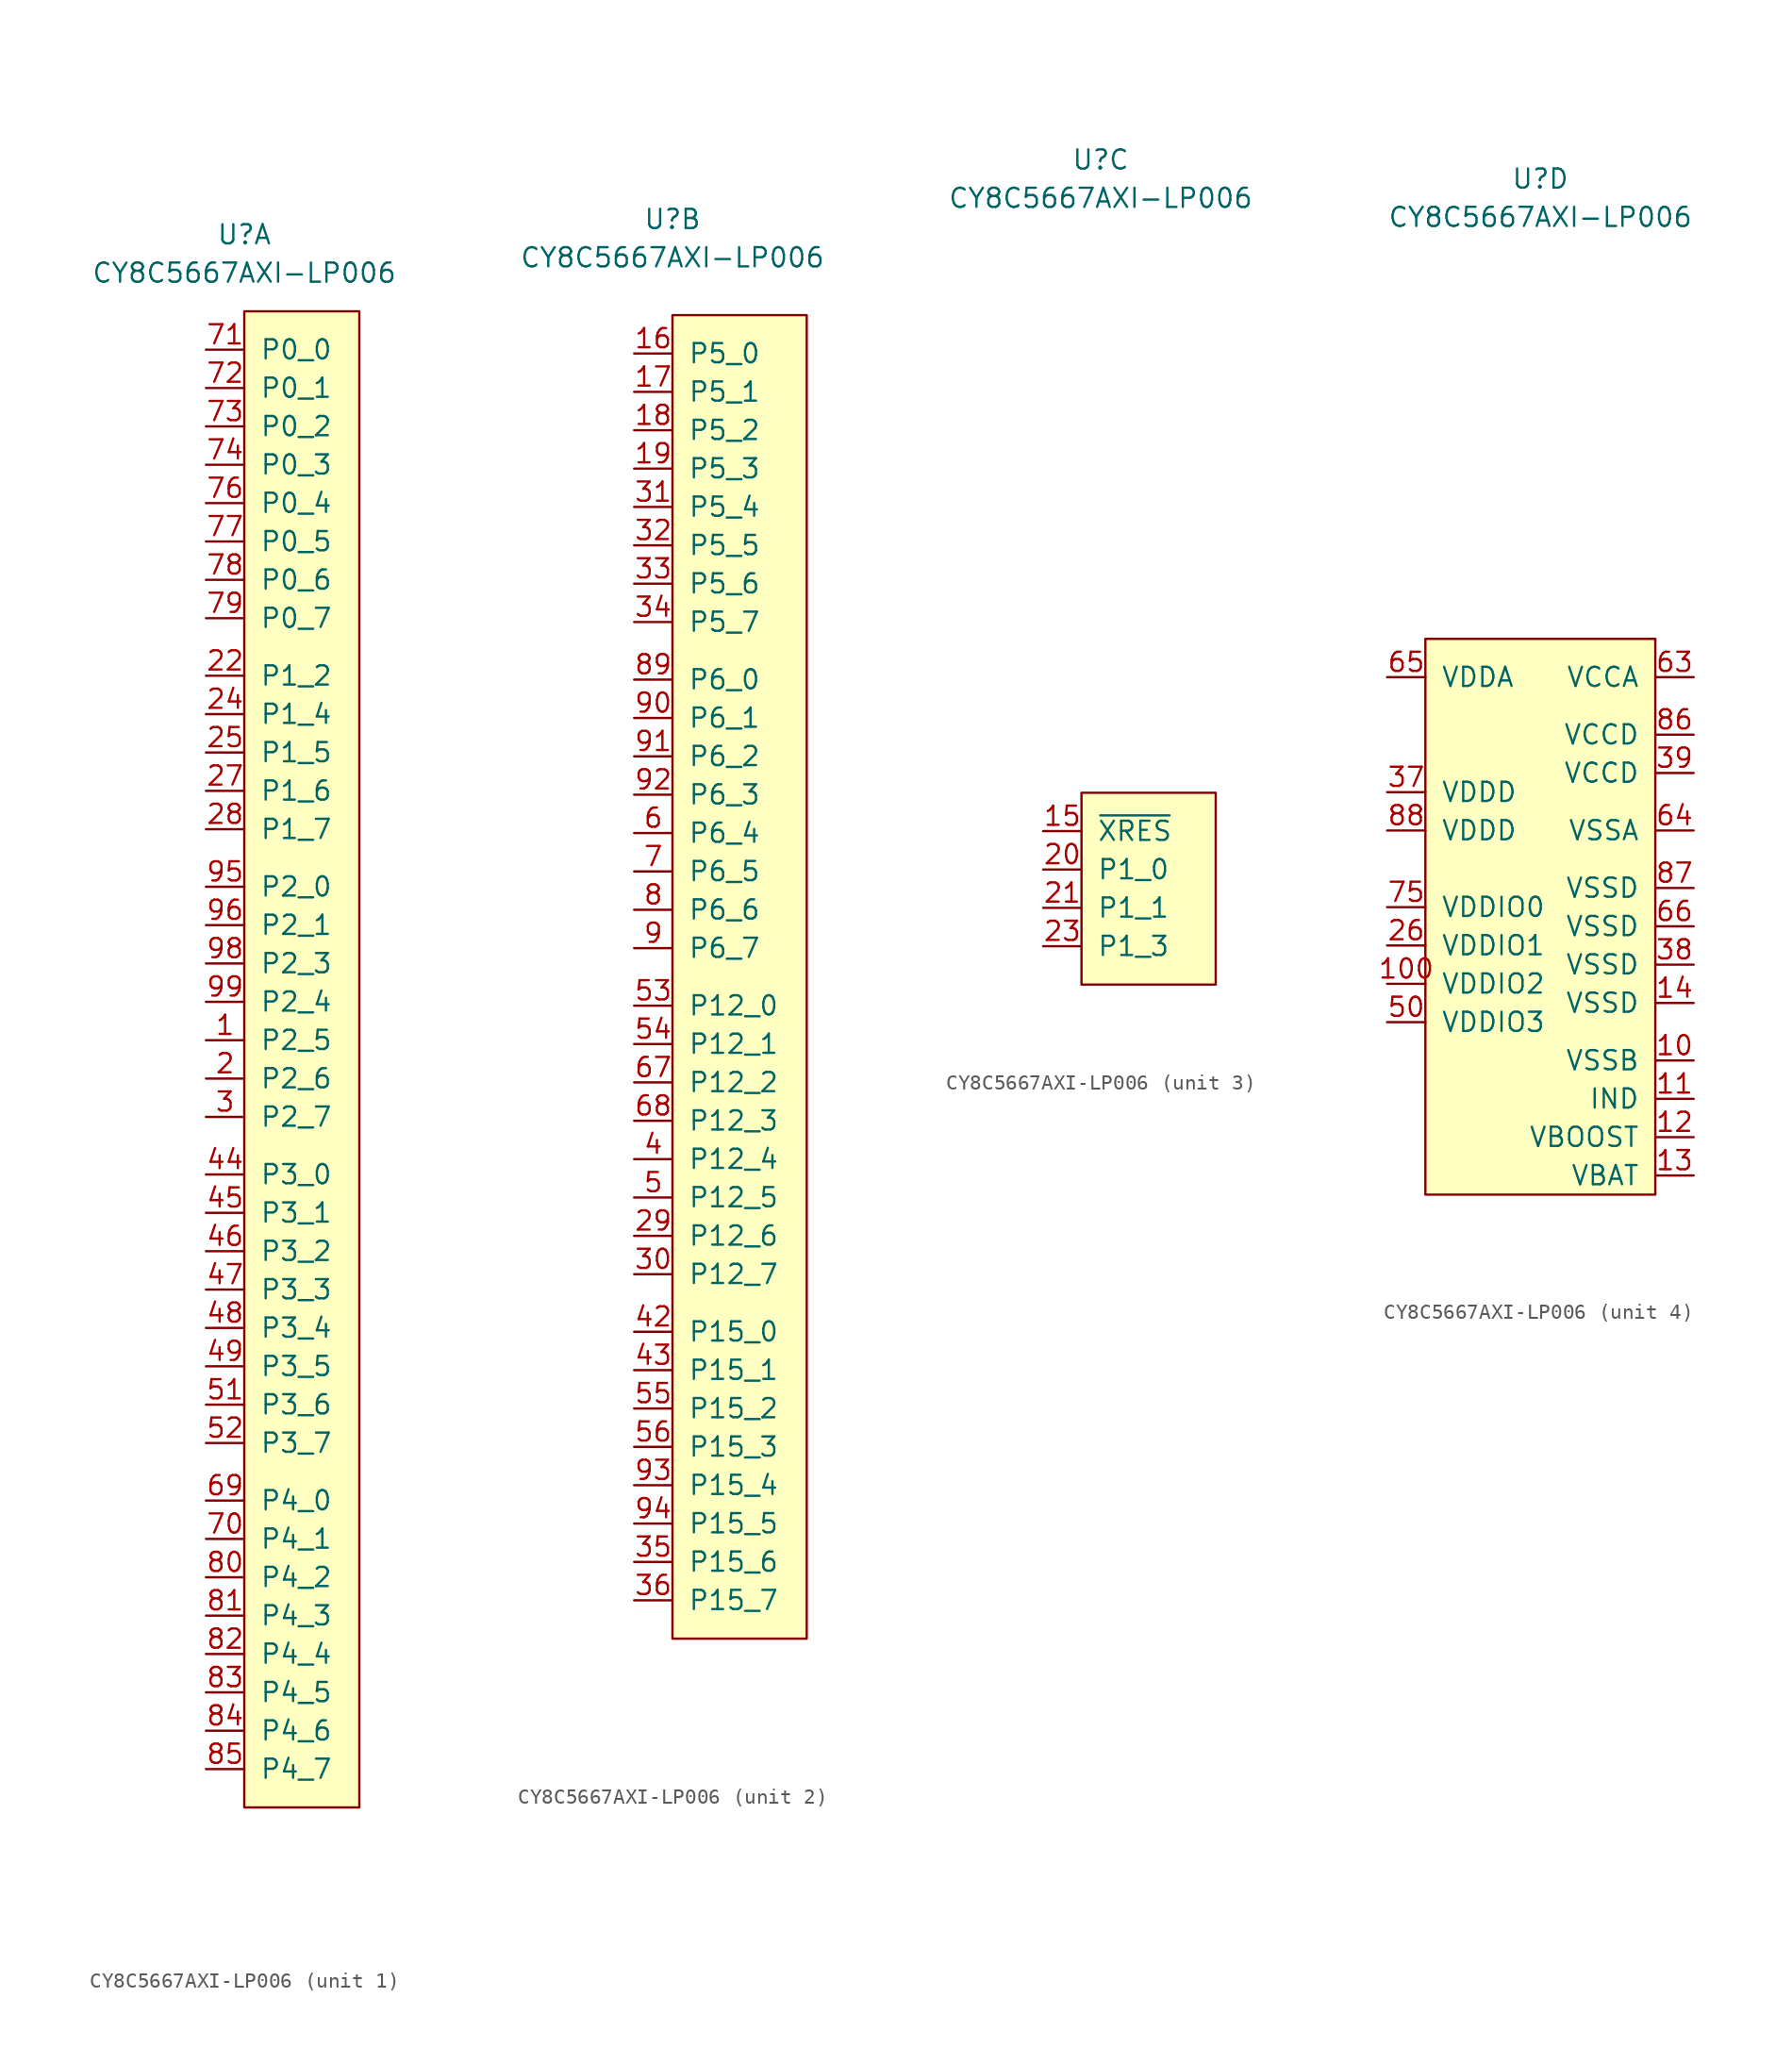
<source format=kicad_sym>
(kicad_symbol_lib
  (version 20211014)
  (generator kicad_symbol_editor)
  (symbol "CY8C5667AXI-LP006"
    (pin_names
      (offset 1.016))
    (property "Reference" "U"
      (at 0 48.26 0)
      (effects (font (size 1.27 1.27))))
    (property "Value" "CY8C5667AXI-LP006"
      (at 0 45.72 0)
      (effects (font (size 1.27 1.27))))
    (property "ki_locked" ""
      (at 0 0 0)
      (effects (font (size 1.27 1.27))))
    (symbol "CY8C5667AXI-LP006_1_1"
      (rectangle (start 0 43.18) (end 7.62 -55.88) (stroke (width 0) (type default) (color 0 0 0 0)) (fill (type background)))
      (pin bidirectional line (at -2.54 -5.08 0) (length 2.54) (name "P2_5" (effects (font (size 1.27 1.27)))) (number "1" (effects (font (size 1.27 1.27)))))
      (pin bidirectional line (at -2.54 -7.62 0) (length 2.54) (name "P2_6" (effects (font (size 1.27 1.27)))) (number "2" (effects (font (size 1.27 1.27)))))
      (pin bidirectional line (at -2.54 19.05 0) (length 2.54) (name "P1_2" (effects (font (size 1.27 1.27)))) (number "22" (effects (font (size 1.27 1.27)))))
      (pin bidirectional line (at -2.54 16.51 0) (length 2.54) (name "P1_4" (effects (font (size 1.27 1.27)))) (number "24" (effects (font (size 1.27 1.27)))))
      (pin bidirectional line (at -2.54 13.97 0) (length 2.54) (name "P1_5" (effects (font (size 1.27 1.27)))) (number "25" (effects (font (size 1.27 1.27)))))
      (pin bidirectional line (at -2.54 11.43 0) (length 2.54) (name "P1_6" (effects (font (size 1.27 1.27)))) (number "27" (effects (font (size 1.27 1.27)))))
      (pin bidirectional line (at -2.54 8.89 0) (length 2.54) (name "P1_7" (effects (font (size 1.27 1.27)))) (number "28" (effects (font (size 1.27 1.27)))))
      (pin bidirectional line (at -2.54 -10.16 0) (length 2.54) (name "P2_7" (effects (font (size 1.27 1.27)))) (number "3" (effects (font (size 1.27 1.27)))))
      (pin bidirectional line (at -2.54 -13.97 0) (length 2.54) (name "P3_0" (effects (font (size 1.27 1.27)))) (number "44" (effects (font (size 1.27 1.27)))))
      (pin bidirectional line (at -2.54 -16.51 0) (length 2.54) (name "P3_1" (effects (font (size 1.27 1.27)))) (number "45" (effects (font (size 1.27 1.27)))))
      (pin bidirectional line (at -2.54 -19.05 0) (length 2.54) (name "P3_2" (effects (font (size 1.27 1.27)))) (number "46" (effects (font (size 1.27 1.27)))))
      (pin bidirectional line (at -2.54 -21.59 0) (length 2.54) (name "P3_3" (effects (font (size 1.27 1.27)))) (number "47" (effects (font (size 1.27 1.27)))))
      (pin bidirectional line (at -2.54 -24.13 0) (length 2.54) (name "P3_4" (effects (font (size 1.27 1.27)))) (number "48" (effects (font (size 1.27 1.27)))))
      (pin bidirectional line (at -2.54 -26.67 0) (length 2.54) (name "P3_5" (effects (font (size 1.27 1.27)))) (number "49" (effects (font (size 1.27 1.27)))))
      (pin bidirectional line (at -2.54 -29.21 0) (length 2.54) (name "P3_6" (effects (font (size 1.27 1.27)))) (number "51" (effects (font (size 1.27 1.27)))))
      (pin bidirectional line (at -2.54 -31.75 0) (length 2.54) (name "P3_7" (effects (font (size 1.27 1.27)))) (number "52" (effects (font (size 1.27 1.27)))))
      (pin bidirectional line (at -2.54 -35.56 0) (length 2.54) (name "P4_0" (effects (font (size 1.27 1.27)))) (number "69" (effects (font (size 1.27 1.27)))))
      (pin bidirectional line (at -2.54 -38.1 0) (length 2.54) (name "P4_1" (effects (font (size 1.27 1.27)))) (number "70" (effects (font (size 1.27 1.27)))))
      (pin bidirectional line (at -2.54 40.64 0) (length 2.54) (name "P0_0" (effects (font (size 1.27 1.27)))) (number "71" (effects (font (size 1.27 1.27)))))
      (pin bidirectional line (at -2.54 38.1 0) (length 2.54) (name "P0_1" (effects (font (size 1.27 1.27)))) (number "72" (effects (font (size 1.27 1.27)))))
      (pin bidirectional line (at -2.54 35.56 0) (length 2.54) (name "P0_2" (effects (font (size 1.27 1.27)))) (number "73" (effects (font (size 1.27 1.27)))))
      (pin bidirectional line (at -2.54 33.02 0) (length 2.54) (name "P0_3" (effects (font (size 1.27 1.27)))) (number "74" (effects (font (size 1.27 1.27)))))
      (pin bidirectional line (at -2.54 30.48 0) (length 2.54) (name "P0_4" (effects (font (size 1.27 1.27)))) (number "76" (effects (font (size 1.27 1.27)))))
      (pin bidirectional line (at -2.54 27.94 0) (length 2.54) (name "P0_5" (effects (font (size 1.27 1.27)))) (number "77" (effects (font (size 1.27 1.27)))))
      (pin bidirectional line (at -2.54 25.4 0) (length 2.54) (name "P0_6" (effects (font (size 1.27 1.27)))) (number "78" (effects (font (size 1.27 1.27)))))
      (pin bidirectional line (at -2.54 22.86 0) (length 2.54) (name "P0_7" (effects (font (size 1.27 1.27)))) (number "79" (effects (font (size 1.27 1.27)))))
      (pin bidirectional line (at -2.54 -40.64 0) (length 2.54) (name "P4_2" (effects (font (size 1.27 1.27)))) (number "80" (effects (font (size 1.27 1.27)))))
      (pin bidirectional line (at -2.54 -43.18 0) (length 2.54) (name "P4_3" (effects (font (size 1.27 1.27)))) (number "81" (effects (font (size 1.27 1.27)))))
      (pin bidirectional line (at -2.54 -45.72 0) (length 2.54) (name "P4_4" (effects (font (size 1.27 1.27)))) (number "82" (effects (font (size 1.27 1.27)))))
      (pin bidirectional line (at -2.54 -48.26 0) (length 2.54) (name "P4_5" (effects (font (size 1.27 1.27)))) (number "83" (effects (font (size 1.27 1.27)))))
      (pin bidirectional line (at -2.54 -50.8 0) (length 2.54) (name "P4_6" (effects (font (size 1.27 1.27)))) (number "84" (effects (font (size 1.27 1.27)))))
      (pin bidirectional line (at -2.54 -53.34 0) (length 2.54) (name "P4_7" (effects (font (size 1.27 1.27)))) (number "85" (effects (font (size 1.27 1.27)))))
      (pin bidirectional line (at -2.54 5.08 0) (length 2.54) (name "P2_0" (effects (font (size 1.27 1.27)))) (number "95" (effects (font (size 1.27 1.27)))))
      (pin bidirectional line (at -2.54 2.54 0) (length 2.54) (name "P2_1" (effects (font (size 1.27 1.27)))) (number "96" (effects (font (size 1.27 1.27)))))
      (pin bidirectional line (at -2.54 0 0) (length 2.54) (name "P2_3" (effects (font (size 1.27 1.27)))) (number "98" (effects (font (size 1.27 1.27)))))
      (pin bidirectional line (at -2.54 -2.54 0) (length 2.54) (name "P2_4" (effects (font (size 1.27 1.27)))) (number "99" (effects (font (size 1.27 1.27))))))
    (symbol "CY8C5667AXI-LP006_2_1"
      (rectangle (start 0 -45.72) (end 8.89 41.91) (stroke (width 0) (type default) (color 0 0 0 0)) (fill (type background)))
      (pin bidirectional line (at -2.54 39.37 0) (length 2.54) (name "P5_0" (effects (font (size 1.27 1.27)))) (number "16" (effects (font (size 1.27 1.27)))))
      (pin bidirectional line (at -2.54 36.83 0) (length 2.54) (name "P5_1" (effects (font (size 1.27 1.27)))) (number "17" (effects (font (size 1.27 1.27)))))
      (pin bidirectional line (at -2.54 34.29 0) (length 2.54) (name "P5_2" (effects (font (size 1.27 1.27)))) (number "18" (effects (font (size 1.27 1.27)))))
      (pin bidirectional line (at -2.54 31.75 0) (length 2.54) (name "P5_3" (effects (font (size 1.27 1.27)))) (number "19" (effects (font (size 1.27 1.27)))))
      (pin bidirectional line (at -2.54 -19.05 0) (length 2.54) (name "P12_6" (effects (font (size 1.27 1.27)))) (number "29" (effects (font (size 1.27 1.27)))))
      (pin bidirectional line (at -2.54 -21.59 0) (length 2.54) (name "P12_7" (effects (font (size 1.27 1.27)))) (number "30" (effects (font (size 1.27 1.27)))))
      (pin bidirectional line (at -2.54 29.21 0) (length 2.54) (name "P5_4" (effects (font (size 1.27 1.27)))) (number "31" (effects (font (size 1.27 1.27)))))
      (pin bidirectional line (at -2.54 26.67 0) (length 2.54) (name "P5_5" (effects (font (size 1.27 1.27)))) (number "32" (effects (font (size 1.27 1.27)))))
      (pin bidirectional line (at -2.54 24.13 0) (length 2.54) (name "P5_6" (effects (font (size 1.27 1.27)))) (number "33" (effects (font (size 1.27 1.27)))))
      (pin bidirectional line (at -2.54 21.59 0) (length 2.54) (name "P5_7" (effects (font (size 1.27 1.27)))) (number "34" (effects (font (size 1.27 1.27)))))
      (pin bidirectional line (at -2.54 -40.64 0) (length 2.54) (name "P15_6" (effects (font (size 1.27 1.27)))) (number "35" (effects (font (size 1.27 1.27)))))
      (pin bidirectional line (at -2.54 -43.18 0) (length 2.54) (name "P15_7" (effects (font (size 1.27 1.27)))) (number "36" (effects (font (size 1.27 1.27)))))
      (pin bidirectional line (at -2.54 -13.97 0) (length 2.54) (name "P12_4" (effects (font (size 1.27 1.27)))) (number "4" (effects (font (size 1.27 1.27)))))
      (pin bidirectional line (at -2.54 -25.4 0) (length 2.54) (name "P15_0" (effects (font (size 1.27 1.27)))) (number "42" (effects (font (size 1.27 1.27)))))
      (pin bidirectional line (at -2.54 -27.94 0) (length 2.54) (name "P15_1" (effects (font (size 1.27 1.27)))) (number "43" (effects (font (size 1.27 1.27)))))
      (pin bidirectional line (at -2.54 -16.51 0) (length 2.54) (name "P12_5" (effects (font (size 1.27 1.27)))) (number "5" (effects (font (size 1.27 1.27)))))
      (pin bidirectional line (at -2.54 -3.81 0) (length 2.54) (name "P12_0" (effects (font (size 1.27 1.27)))) (number "53" (effects (font (size 1.27 1.27)))))
      (pin bidirectional line (at -2.54 -6.35 0) (length 2.54) (name "P12_1" (effects (font (size 1.27 1.27)))) (number "54" (effects (font (size 1.27 1.27)))))
      (pin bidirectional line (at -2.54 -30.48 0) (length 2.54) (name "P15_2" (effects (font (size 1.27 1.27)))) (number "55" (effects (font (size 1.27 1.27)))))
      (pin bidirectional line (at -2.54 -33.02 0) (length 2.54) (name "P15_3" (effects (font (size 1.27 1.27)))) (number "56" (effects (font (size 1.27 1.27)))))
      (pin bidirectional line (at -2.54 7.62 0) (length 2.54) (name "P6_4" (effects (font (size 1.27 1.27)))) (number "6" (effects (font (size 1.27 1.27)))))
      (pin bidirectional line (at -2.54 -8.89 0) (length 2.54) (name "P12_2" (effects (font (size 1.27 1.27)))) (number "67" (effects (font (size 1.27 1.27)))))
      (pin bidirectional line (at -2.54 -11.43 0) (length 2.54) (name "P12_3" (effects (font (size 1.27 1.27)))) (number "68" (effects (font (size 1.27 1.27)))))
      (pin bidirectional line (at -2.54 5.08 0) (length 2.54) (name "P6_5" (effects (font (size 1.27 1.27)))) (number "7" (effects (font (size 1.27 1.27)))))
      (pin bidirectional line (at -2.54 2.54 0) (length 2.54) (name "P6_6" (effects (font (size 1.27 1.27)))) (number "8" (effects (font (size 1.27 1.27)))))
      (pin bidirectional line (at -2.54 17.78 0) (length 2.54) (name "P6_0" (effects (font (size 1.27 1.27)))) (number "89" (effects (font (size 1.27 1.27)))))
      (pin bidirectional line (at -2.54 0 0) (length 2.54) (name "P6_7" (effects (font (size 1.27 1.27)))) (number "9" (effects (font (size 1.27 1.27)))))
      (pin bidirectional line (at -2.54 15.24 0) (length 2.54) (name "P6_1" (effects (font (size 1.27 1.27)))) (number "90" (effects (font (size 1.27 1.27)))))
      (pin bidirectional line (at -2.54 12.7 0) (length 2.54) (name "P6_2" (effects (font (size 1.27 1.27)))) (number "91" (effects (font (size 1.27 1.27)))))
      (pin bidirectional line (at -2.54 10.16 0) (length 2.54) (name "P6_3" (effects (font (size 1.27 1.27)))) (number "92" (effects (font (size 1.27 1.27)))))
      (pin bidirectional line (at -2.54 -35.56 0) (length 2.54) (name "P15_4" (effects (font (size 1.27 1.27)))) (number "93" (effects (font (size 1.27 1.27)))))
      (pin bidirectional line (at -2.54 -38.1 0) (length 2.54) (name "P15_5" (effects (font (size 1.27 1.27)))) (number "94" (effects (font (size 1.27 1.27))))))
    (symbol "CY8C5667AXI-LP006_3_1"
      (rectangle (start -1.27 -6.35) (end 7.62 6.35) (stroke (width 0) (type default) (color 0 0 0 0)) (fill (type background)))
      (pin input line (at -3.81 3.81 0) (length 2.54) (name "~{XRES}" (effects (font (size 1.27 1.27)))) (number "15" (effects (font (size 1.27 1.27)))))
      (pin input line (at -3.81 1.27 0) (length 2.54) (name "P1_0" (effects (font (size 1.27 1.27)))) (number "20" (effects (font (size 1.27 1.27)))))
      (pin input line (at -3.81 -1.27 0) (length 2.54) (name "P1_1" (effects (font (size 1.27 1.27)))) (number "21" (effects (font (size 1.27 1.27)))))
      (pin input line (at -3.81 -3.81 0) (length 2.54) (name "P1_3" (effects (font (size 1.27 1.27)))) (number "23" (effects (font (size 1.27 1.27))))))
    (symbol "CY8C5667AXI-LP006_4_1"
      (rectangle (start -7.62 -19.05) (end 7.62 17.78) (stroke (width 0) (type default) (color 0 0 0 0)) (fill (type background)))
      (pin power_in line (at 10.16 -10.16 180) (length 2.54) (name "VSSB" (effects (font (size 1.27 1.27)))) (number "10" (effects (font (size 1.27 1.27)))))
      (pin power_in line (at -10.16 -5.08 0) (length 2.54) (name "VDDIO2" (effects (font (size 1.27 1.27)))) (number "100" (effects (font (size 1.27 1.27)))))
      (pin power_in line (at 10.16 -12.7 180) (length 2.54) (name "IND" (effects (font (size 1.27 1.27)))) (number "11" (effects (font (size 1.27 1.27)))))
      (pin power_in line (at 10.16 -15.24 180) (length 2.54) (name "VBOOST" (effects (font (size 1.27 1.27)))) (number "12" (effects (font (size 1.27 1.27)))))
      (pin power_in line (at 10.16 -17.78 180) (length 2.54) (name "VBAT" (effects (font (size 1.27 1.27)))) (number "13" (effects (font (size 1.27 1.27)))))
      (pin power_in line (at 10.16 -6.35 180) (length 2.54) (name "VSSD" (effects (font (size 1.27 1.27)))) (number "14" (effects (font (size 1.27 1.27)))))
      (pin power_in line (at -10.16 -2.54 0) (length 2.54) (name "VDDIO1" (effects (font (size 1.27 1.27)))) (number "26" (effects (font (size 1.27 1.27)))))
      (pin power_in line (at -10.16 7.62 0) (length 2.54) (name "VDDD" (effects (font (size 1.27 1.27)))) (number "37" (effects (font (size 1.27 1.27)))))
      (pin power_in line (at 10.16 -3.81 180) (length 2.54) (name "VSSD" (effects (font (size 1.27 1.27)))) (number "38" (effects (font (size 1.27 1.27)))))
      (pin power_in line (at 10.16 8.89 180) (length 2.54) (name "VCCD" (effects (font (size 1.27 1.27)))) (number "39" (effects (font (size 1.27 1.27)))))
      (pin no_connect line (at -10.16 -8.89 0) (length 2.54) hide (name "NC" (effects (font (size 1.27 1.27)))) (number "40" (effects (font (size 1.27 1.27)))))
      (pin no_connect line (at -10.16 -10.16 0) (length 2.54) hide (name "NC" (effects (font (size 1.27 1.27)))) (number "41" (effects (font (size 1.27 1.27)))))
      (pin power_in line (at -10.16 -7.62 0) (length 2.54) (name "VDDIO3" (effects (font (size 1.27 1.27)))) (number "50" (effects (font (size 1.27 1.27)))))
      (pin no_connect line (at -10.16 -11.43 0) (length 2.54) hide (name "NC" (effects (font (size 1.27 1.27)))) (number "57" (effects (font (size 1.27 1.27)))))
      (pin no_connect line (at -10.16 -12.7 0) (length 2.54) hide (name "NC" (effects (font (size 1.27 1.27)))) (number "58" (effects (font (size 1.27 1.27)))))
      (pin no_connect line (at -10.16 -17.78 0) (length 2.54) hide (name "NC" (effects (font (size 1.27 1.27)))) (number "59" (effects (font (size 1.27 1.27)))))
      (pin no_connect line (at -10.16 -16.51 0) (length 2.54) hide (name "NC" (effects (font (size 1.27 1.27)))) (number "60" (effects (font (size 1.27 1.27)))))
      (pin no_connect line (at -10.16 -15.24 0) (length 2.54) hide (name "NC" (effects (font (size 1.27 1.27)))) (number "61" (effects (font (size 1.27 1.27)))))
      (pin no_connect line (at -10.16 -13.97 0) (length 2.54) hide (name "NC" (effects (font (size 1.27 1.27)))) (number "62" (effects (font (size 1.27 1.27)))))
      (pin power_in line (at 10.16 15.24 180) (length 2.54) (name "VCCA" (effects (font (size 1.27 1.27)))) (number "63" (effects (font (size 1.27 1.27)))))
      (pin power_in line (at 10.16 5.08 180) (length 2.54) (name "VSSA" (effects (font (size 1.27 1.27)))) (number "64" (effects (font (size 1.27 1.27)))))
      (pin power_in line (at -10.16 15.24 0) (length 2.54) (name "VDDA" (effects (font (size 1.27 1.27)))) (number "65" (effects (font (size 1.27 1.27)))))
      (pin power_in line (at 10.16 -1.27 180) (length 2.54) (name "VSSD" (effects (font (size 1.27 1.27)))) (number "66" (effects (font (size 1.27 1.27)))))
      (pin power_in line (at -10.16 0 0) (length 2.54) (name "VDDIO0" (effects (font (size 1.27 1.27)))) (number "75" (effects (font (size 1.27 1.27)))))
      (pin power_in line (at 10.16 11.43 180) (length 2.54) (name "VCCD" (effects (font (size 1.27 1.27)))) (number "86" (effects (font (size 1.27 1.27)))))
      (pin power_in line (at 10.16 1.27 180) (length 2.54) (name "VSSD" (effects (font (size 1.27 1.27)))) (number "87" (effects (font (size 1.27 1.27)))))
      (pin power_in line (at -10.16 5.08 0) (length 2.54) (name "VDDD" (effects (font (size 1.27 1.27)))) (number "88" (effects (font (size 1.27 1.27))))))))
</source>
